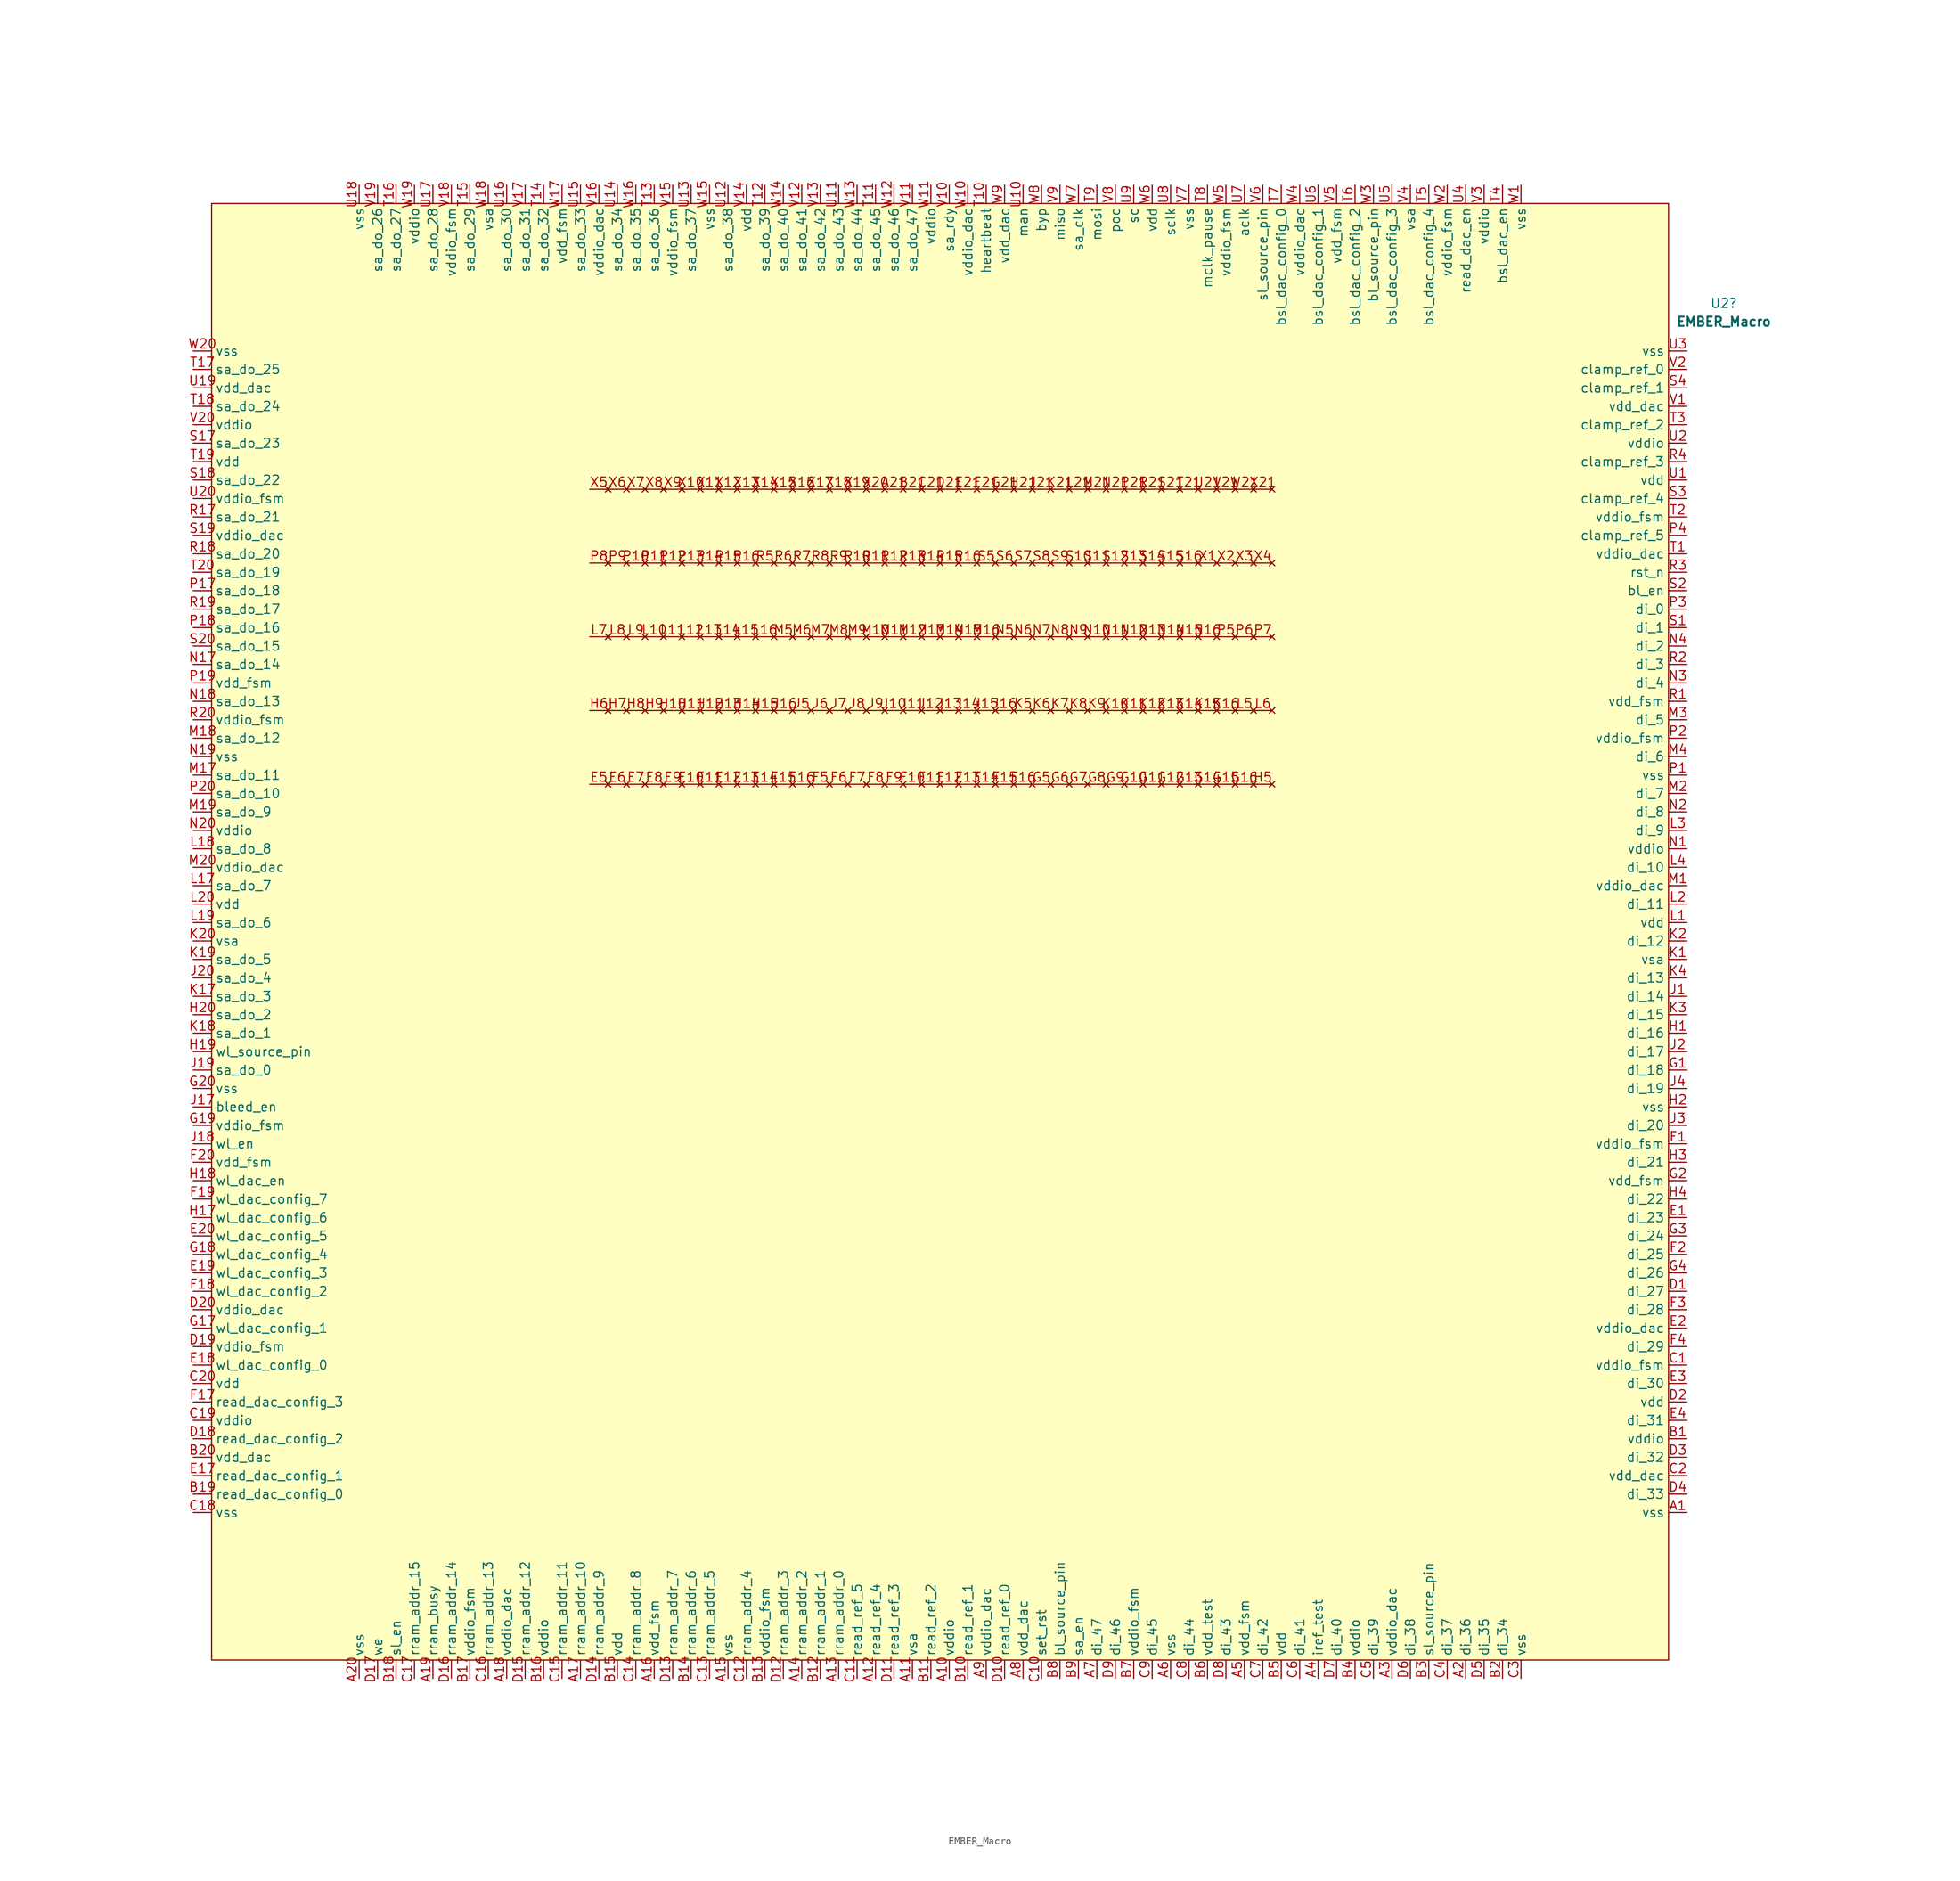
<source format=kicad_sym>
(kicad_symbol_lib
  (version 20211014)
  (generator kicad_symbol_editor)
  (symbol "EMBER_Macro"
    (property "Reference" "U2"
      (at 107.95 86.589 0)
      (effects (font (size 1.27 1.27))))
    (property "Value" "EMBER_Macro"
      (at 107.95 84.049 0)
      (effects (font (size 1.27 1.27) bold)))
    (symbol "EMBER_Macro_0_0"
      (pin power_in line (at 102.87 -80.01 180) (length 2.54) (name "vss" (effects (font (size 1.27 1.27)))) (number "A1" (effects (font (size 1.27 1.27)))))
      (pin power_in line (at -3.81 -102.87 90) (length 2.54) (name "vsa" (effects (font (size 1.27 1.27)))) (number "A11" (effects (font (size 1.27 1.27)))))
      (pin input line (at -8.89 -102.87 90) (length 2.54) (name "read_ref_4" (effects (font (size 1.27 1.27)))) (number "A12" (effects (font (size 1.27 1.27)))))
      (pin power_in line (at -39.37 -102.87 90) (length 2.54) (name "vdd_fsm" (effects (font (size 1.27 1.27)))) (number "A16" (effects (font (size 1.27 1.27)))))
      (pin input line (at -49.53 -102.87 90) (length 2.54) (name "rram_addr_10" (effects (font (size 1.27 1.27)))) (number "A17" (effects (font (size 1.27 1.27)))))
      (pin power_in line (at -59.69 -102.87 90) (length 2.54) (name "vddio_dac" (effects (font (size 1.27 1.27)))) (number "A18" (effects (font (size 1.27 1.27)))))
      (pin input line (at 72.39 -102.87 90) (length 2.54) (name "di_36" (effects (font (size 1.27 1.27)))) (number "A2" (effects (font (size 1.27 1.27)))))
      (pin power_in line (at -80.01 -102.87 90) (length 2.54) (name "vss" (effects (font (size 1.27 1.27)))) (number "A20" (effects (font (size 1.27 1.27)))))
      (pin power_in line (at 62.23 -102.87 90) (length 2.54) (name "vddio_dac" (effects (font (size 1.27 1.27)))) (number "A3" (effects (font (size 1.27 1.27)))))
      (pin power_in line (at 11.43 -102.87 90) (length 2.54) (name "vdd_dac" (effects (font (size 1.27 1.27)))) (number "A8" (effects (font (size 1.27 1.27)))))
      (pin power_in line (at 6.35 -102.87 90) (length 2.54) (name "vddio_dac" (effects (font (size 1.27 1.27)))) (number "A9" (effects (font (size 1.27 1.27)))))
      (pin power_in line (at 102.87 -69.85 180) (length 2.54) (name "vddio" (effects (font (size 1.27 1.27)))) (number "B1" (effects (font (size 1.27 1.27)))))
      (pin input line (at 3.81 -102.87 90) (length 2.54) (name "read_ref_1" (effects (font (size 1.27 1.27)))) (number "B10" (effects (font (size 1.27 1.27)))))
      (pin input line (at -1.27 -102.87 90) (length 2.54) (name "read_ref_2" (effects (font (size 1.27 1.27)))) (number "B11" (effects (font (size 1.27 1.27)))))
      (pin input line (at -16.51 -102.87 90) (length 2.54) (name "rram_addr_1" (effects (font (size 1.27 1.27)))) (number "B12" (effects (font (size 1.27 1.27)))))
      (pin input line (at -34.29 -102.87 90) (length 2.54) (name "rram_addr_6" (effects (font (size 1.27 1.27)))) (number "B14" (effects (font (size 1.27 1.27)))))
      (pin power_in line (at -44.45 -102.87 90) (length 2.54) (name "vdd" (effects (font (size 1.27 1.27)))) (number "B15" (effects (font (size 1.27 1.27)))))
      (pin power_in line (at -54.61 -102.87 90) (length 2.54) (name "vddio" (effects (font (size 1.27 1.27)))) (number "B16" (effects (font (size 1.27 1.27)))))
      (pin power_in line (at -64.77 -102.87 90) (length 2.54) (name "vddio_fsm" (effects (font (size 1.27 1.27)))) (number "B17" (effects (font (size 1.27 1.27)))))
      (pin input line (at -102.87 -77.47 0) (length 2.54) (name "read_dac_config_0" (effects (font (size 1.27 1.27)))) (number "B19" (effects (font (size 1.27 1.27)))))
      (pin input line (at 77.47 -102.87 90) (length 2.54) (name "di_34" (effects (font (size 1.27 1.27)))) (number "B2" (effects (font (size 1.27 1.27)))))
      (pin power_in line (at -102.87 -72.39 0) (length 2.54) (name "vdd_dac" (effects (font (size 1.27 1.27)))) (number "B20" (effects (font (size 1.27 1.27)))))
      (pin no_connect line (at -2.54 60.96 180) (length 2.54) (name "" (effects (font (size 1.27 1.27)))) (number "B21" (effects (font (size 1.27 1.27)))))
      (pin power_in line (at 67.31 -102.87 90) (length 2.54) (name "sl_source_pin" (effects (font (size 1.27 1.27)))) (number "B3" (effects (font (size 1.27 1.27)))))
      (pin power_in line (at 46.99 -102.87 90) (length 2.54) (name "vdd" (effects (font (size 1.27 1.27)))) (number "B5" (effects (font (size 1.27 1.27)))))
      (pin power_in line (at 36.83 -102.87 90) (length 2.54) (name "vdd_test" (effects (font (size 1.27 1.27)))) (number "B6" (effects (font (size 1.27 1.27)))))
      (pin power_in line (at 26.67 -102.87 90) (length 2.54) (name "vddio_fsm" (effects (font (size 1.27 1.27)))) (number "B7" (effects (font (size 1.27 1.27)))))
      (pin input line (at 19.05 -102.87 90) (length 2.54) (name "sa_en" (effects (font (size 1.27 1.27)))) (number "B9" (effects (font (size 1.27 1.27)))))
      (pin power_in line (at 102.87 -59.69 180) (length 2.54) (name "vddio_fsm" (effects (font (size 1.27 1.27)))) (number "C1" (effects (font (size 1.27 1.27)))))
      (pin input line (at 13.97 -102.87 90) (length 2.54) (name "set_rst" (effects (font (size 1.27 1.27)))) (number "C10" (effects (font (size 1.27 1.27)))))
      (pin input line (at -11.43 -102.87 90) (length 2.54) (name "read_ref_5" (effects (font (size 1.27 1.27)))) (number "C11" (effects (font (size 1.27 1.27)))))
      (pin input line (at -52.07 -102.87 90) (length 2.54) (name "rram_addr_11" (effects (font (size 1.27 1.27)))) (number "C15" (effects (font (size 1.27 1.27)))))
      (pin input line (at -62.23 -102.87 90) (length 2.54) (name "rram_addr_13" (effects (font (size 1.27 1.27)))) (number "C16" (effects (font (size 1.27 1.27)))))
      (pin power_in line (at -102.87 -80.01 0) (length 2.54) (name "vss" (effects (font (size 1.27 1.27)))) (number "C18" (effects (font (size 1.27 1.27)))))
      (pin power_in line (at 102.87 -74.93 180) (length 2.54) (name "vdd_dac" (effects (font (size 1.27 1.27)))) (number "C2" (effects (font (size 1.27 1.27)))))
      (pin power_in line (at -102.87 -62.23 0) (length 2.54) (name "vdd" (effects (font (size 1.27 1.27)))) (number "C20" (effects (font (size 1.27 1.27)))))
      (pin no_connect line (at 0 60.96 180) (length 2.54) (name "" (effects (font (size 1.27 1.27)))) (number "C21" (effects (font (size 1.27 1.27)))))
      (pin power_in line (at 80.01 -102.87 90) (length 2.54) (name "vss" (effects (font (size 1.27 1.27)))) (number "C3" (effects (font (size 1.27 1.27)))))
      (pin input line (at 49.53 -102.87 90) (length 2.54) (name "di_41" (effects (font (size 1.27 1.27)))) (number "C6" (effects (font (size 1.27 1.27)))))
      (pin input line (at 44.45 -102.87 90) (length 2.54) (name "di_42" (effects (font (size 1.27 1.27)))) (number "C7" (effects (font (size 1.27 1.27)))))
      (pin input line (at 34.29 -102.87 90) (length 2.54) (name "di_44" (effects (font (size 1.27 1.27)))) (number "C8" (effects (font (size 1.27 1.27)))))
      (pin input line (at 29.21 -102.87 90) (length 2.54) (name "di_45" (effects (font (size 1.27 1.27)))) (number "C9" (effects (font (size 1.27 1.27)))))
      (pin input line (at 102.87 -49.53 180) (length 2.54) (name "di_27" (effects (font (size 1.27 1.27)))) (number "D1" (effects (font (size 1.27 1.27)))))
      (pin input line (at 8.89 -102.87 90) (length 2.54) (name "read_ref_0" (effects (font (size 1.27 1.27)))) (number "D10" (effects (font (size 1.27 1.27)))))
      (pin input line (at -21.59 -102.87 90) (length 2.54) (name "rram_addr_3" (effects (font (size 1.27 1.27)))) (number "D12" (effects (font (size 1.27 1.27)))))
      (pin input line (at -57.15 -102.87 90) (length 2.54) (name "rram_addr_12" (effects (font (size 1.27 1.27)))) (number "D15" (effects (font (size 1.27 1.27)))))
      (pin input line (at -67.31 -102.87 90) (length 2.54) (name "rram_addr_14" (effects (font (size 1.27 1.27)))) (number "D16" (effects (font (size 1.27 1.27)))))
      (pin input line (at -77.47 -102.87 90) (length 2.54) (name "we" (effects (font (size 1.27 1.27)))) (number "D17" (effects (font (size 1.27 1.27)))))
      (pin power_in line (at -102.87 -57.15 0) (length 2.54) (name "vddio_fsm" (effects (font (size 1.27 1.27)))) (number "D19" (effects (font (size 1.27 1.27)))))
      (pin power_in line (at 102.87 -64.77 180) (length 2.54) (name "vdd" (effects (font (size 1.27 1.27)))) (number "D2" (effects (font (size 1.27 1.27)))))
      (pin no_connect line (at 2.54 60.96 180) (length 2.54) (name "" (effects (font (size 1.27 1.27)))) (number "D21" (effects (font (size 1.27 1.27)))))
      (pin input line (at 102.87 -72.39 180) (length 2.54) (name "di_32" (effects (font (size 1.27 1.27)))) (number "D3" (effects (font (size 1.27 1.27)))))
      (pin input line (at 102.87 -77.47 180) (length 2.54) (name "di_33" (effects (font (size 1.27 1.27)))) (number "D4" (effects (font (size 1.27 1.27)))))
      (pin input line (at 64.77 -102.87 90) (length 2.54) (name "di_38" (effects (font (size 1.27 1.27)))) (number "D6" (effects (font (size 1.27 1.27)))))
      (pin input line (at 54.61 -102.87 90) (length 2.54) (name "di_40" (effects (font (size 1.27 1.27)))) (number "D7" (effects (font (size 1.27 1.27)))))
      (pin input line (at 24.13 -102.87 90) (length 2.54) (name "di_46" (effects (font (size 1.27 1.27)))) (number "D9" (effects (font (size 1.27 1.27)))))
      (pin input line (at 102.87 -39.37 180) (length 2.54) (name "di_23" (effects (font (size 1.27 1.27)))) (number "E1" (effects (font (size 1.27 1.27)))))
      (pin no_connect line (at -33.02 20.32 180) (length 2.54) (name "" (effects (font (size 1.27 1.27)))) (number "E10" (effects (font (size 1.27 1.27)))))
      (pin no_connect line (at -30.48 20.32 180) (length 2.54) (name "" (effects (font (size 1.27 1.27)))) (number "E11" (effects (font (size 1.27 1.27)))))
      (pin no_connect line (at -27.94 20.32 180) (length 2.54) (name "" (effects (font (size 1.27 1.27)))) (number "E12" (effects (font (size 1.27 1.27)))))
      (pin no_connect line (at -25.4 20.32 180) (length 2.54) (name "" (effects (font (size 1.27 1.27)))) (number "E13" (effects (font (size 1.27 1.27)))))
      (pin no_connect line (at -22.86 20.32 180) (length 2.54) (name "" (effects (font (size 1.27 1.27)))) (number "E14" (effects (font (size 1.27 1.27)))))
      (pin no_connect line (at -20.32 20.32 180) (length 2.54) (name "" (effects (font (size 1.27 1.27)))) (number "E15" (effects (font (size 1.27 1.27)))))
      (pin input line (at -102.87 -59.69 0) (length 2.54) (name "wl_dac_config_0" (effects (font (size 1.27 1.27)))) (number "E18" (effects (font (size 1.27 1.27)))))
      (pin input line (at -102.87 -41.91 0) (length 2.54) (name "wl_dac_config_5" (effects (font (size 1.27 1.27)))) (number "E20" (effects (font (size 1.27 1.27)))))
      (pin no_connect line (at 5.08 60.96 180) (length 2.54) (name "" (effects (font (size 1.27 1.27)))) (number "E21" (effects (font (size 1.27 1.27)))))
      (pin input line (at 102.87 -62.23 180) (length 2.54) (name "di_30" (effects (font (size 1.27 1.27)))) (number "E3" (effects (font (size 1.27 1.27)))))
      (pin no_connect line (at -45.72 20.32 180) (length 2.54) (name "" (effects (font (size 1.27 1.27)))) (number "E5" (effects (font (size 1.27 1.27)))))
      (pin no_connect line (at -43.18 20.32 180) (length 2.54) (name "" (effects (font (size 1.27 1.27)))) (number "E6" (effects (font (size 1.27 1.27)))))
      (pin no_connect line (at -35.56 20.32 180) (length 2.54) (name "" (effects (font (size 1.27 1.27)))) (number "E9" (effects (font (size 1.27 1.27)))))
      (pin power_in line (at 102.87 -29.21 180) (length 2.54) (name "vddio_fsm" (effects (font (size 1.27 1.27)))) (number "F1" (effects (font (size 1.27 1.27)))))
      (pin no_connect line (at 0 20.32 180) (length 2.54) (name "" (effects (font (size 1.27 1.27)))) (number "F11" (effects (font (size 1.27 1.27)))))
      (pin no_connect line (at 5.08 20.32 180) (length 2.54) (name "" (effects (font (size 1.27 1.27)))) (number "F13" (effects (font (size 1.27 1.27)))))
      (pin no_connect line (at 7.62 20.32 180) (length 2.54) (name "" (effects (font (size 1.27 1.27)))) (number "F14" (effects (font (size 1.27 1.27)))))
      (pin no_connect line (at 10.16 20.32 180) (length 2.54) (name "" (effects (font (size 1.27 1.27)))) (number "F15" (effects (font (size 1.27 1.27)))))
      (pin input line (at -102.87 -64.77 0) (length 2.54) (name "read_dac_config_3" (effects (font (size 1.27 1.27)))) (number "F17" (effects (font (size 1.27 1.27)))))
      (pin input line (at -102.87 -49.53 0) (length 2.54) (name "wl_dac_config_2" (effects (font (size 1.27 1.27)))) (number "F18" (effects (font (size 1.27 1.27)))))
      (pin input line (at -102.87 -36.83 0) (length 2.54) (name "wl_dac_config_7" (effects (font (size 1.27 1.27)))) (number "F19" (effects (font (size 1.27 1.27)))))
      (pin input line (at 102.87 -44.45 180) (length 2.54) (name "di_25" (effects (font (size 1.27 1.27)))) (number "F2" (effects (font (size 1.27 1.27)))))
      (pin power_in line (at -102.87 -31.75 0) (length 2.54) (name "vdd_fsm" (effects (font (size 1.27 1.27)))) (number "F20" (effects (font (size 1.27 1.27)))))
      (pin no_connect line (at 7.62 60.96 180) (length 2.54) (name "" (effects (font (size 1.27 1.27)))) (number "F21" (effects (font (size 1.27 1.27)))))
      (pin input line (at 102.87 -52.07 180) (length 2.54) (name "di_28" (effects (font (size 1.27 1.27)))) (number "F3" (effects (font (size 1.27 1.27)))))
      (pin no_connect line (at -12.7 20.32 180) (length 2.54) (name "" (effects (font (size 1.27 1.27)))) (number "F6" (effects (font (size 1.27 1.27)))))
      (pin no_connect line (at -7.62 20.32 180) (length 2.54) (name "" (effects (font (size 1.27 1.27)))) (number "F8" (effects (font (size 1.27 1.27)))))
      (pin no_connect line (at 33.02 20.32 180) (length 2.54) (name "" (effects (font (size 1.27 1.27)))) (number "G12" (effects (font (size 1.27 1.27)))))
      (pin no_connect line (at 40.64 20.32 180) (length 2.54) (name "" (effects (font (size 1.27 1.27)))) (number "G15" (effects (font (size 1.27 1.27)))))
      (pin input line (at -102.87 -54.61 0) (length 2.54) (name "wl_dac_config_1" (effects (font (size 1.27 1.27)))) (number "G17" (effects (font (size 1.27 1.27)))))
      (pin power_in line (at -102.87 -26.67 0) (length 2.54) (name "vddio_fsm" (effects (font (size 1.27 1.27)))) (number "G19" (effects (font (size 1.27 1.27)))))
      (pin power_in line (at 102.87 -34.29 180) (length 2.54) (name "vdd_fsm" (effects (font (size 1.27 1.27)))) (number "G2" (effects (font (size 1.27 1.27)))))
      (pin no_connect line (at 10.16 60.96 180) (length 2.54) (name "" (effects (font (size 1.27 1.27)))) (number "G21" (effects (font (size 1.27 1.27)))))
      (pin input line (at 102.87 -41.91 180) (length 2.54) (name "di_24" (effects (font (size 1.27 1.27)))) (number "G3" (effects (font (size 1.27 1.27)))))
      (pin no_connect line (at 20.32 20.32 180) (length 2.54) (name "" (effects (font (size 1.27 1.27)))) (number "G7" (effects (font (size 1.27 1.27)))))
      (pin no_connect line (at 22.86 20.32 180) (length 2.54) (name "" (effects (font (size 1.27 1.27)))) (number "G8" (effects (font (size 1.27 1.27)))))
      (pin no_connect line (at 25.4 20.32 180) (length 2.54) (name "" (effects (font (size 1.27 1.27)))) (number "G9" (effects (font (size 1.27 1.27)))))
      (pin input line (at 102.87 -13.97 180) (length 2.54) (name "di_16" (effects (font (size 1.27 1.27)))) (number "H1" (effects (font (size 1.27 1.27)))))
      (pin no_connect line (at -30.48 30.48 180) (length 2.54) (name "" (effects (font (size 1.27 1.27)))) (number "H12" (effects (font (size 1.27 1.27)))))
      (pin no_connect line (at -27.94 30.48 180) (length 2.54) (name "" (effects (font (size 1.27 1.27)))) (number "H13" (effects (font (size 1.27 1.27)))))
      (pin no_connect line (at -25.4 30.48 180) (length 2.54) (name "" (effects (font (size 1.27 1.27)))) (number "H14" (effects (font (size 1.27 1.27)))))
      (pin no_connect line (at -22.86 30.48 180) (length 2.54) (name "" (effects (font (size 1.27 1.27)))) (number "H15" (effects (font (size 1.27 1.27)))))
      (pin power_in line (at -102.87 -16.51 0) (length 2.54) (name "wl_source_pin" (effects (font (size 1.27 1.27)))) (number "H19" (effects (font (size 1.27 1.27)))))
      (pin power_in line (at 102.87 -24.13 180) (length 2.54) (name "vss" (effects (font (size 1.27 1.27)))) (number "H2" (effects (font (size 1.27 1.27)))))
      (pin output line (at -102.87 -11.43 0) (length 2.54) (name "sa_do_2" (effects (font (size 1.27 1.27)))) (number "H20" (effects (font (size 1.27 1.27)))))
      (pin no_connect line (at 12.7 60.96 180) (length 2.54) (name "" (effects (font (size 1.27 1.27)))) (number "H21" (effects (font (size 1.27 1.27)))))
      (pin input line (at 102.87 -31.75 180) (length 2.54) (name "di_21" (effects (font (size 1.27 1.27)))) (number "H3" (effects (font (size 1.27 1.27)))))
      (pin input line (at 102.87 -36.83 180) (length 2.54) (name "di_22" (effects (font (size 1.27 1.27)))) (number "H4" (effects (font (size 1.27 1.27)))))
      (pin no_connect line (at 45.72 20.32 180) (length 2.54) (name "" (effects (font (size 1.27 1.27)))) (number "H5" (effects (font (size 1.27 1.27)))))
      (pin no_connect line (at -45.72 30.48 180) (length 2.54) (name "" (effects (font (size 1.27 1.27)))) (number "H6" (effects (font (size 1.27 1.27)))))
      (pin no_connect line (at -43.18 30.48 180) (length 2.54) (name "" (effects (font (size 1.27 1.27)))) (number "H7" (effects (font (size 1.27 1.27)))))
      (pin no_connect line (at -38.1 30.48 180) (length 2.54) (name "" (effects (font (size 1.27 1.27)))) (number "H9" (effects (font (size 1.27 1.27)))))
      (pin input line (at 102.87 -8.89 180) (length 2.54) (name "di_14" (effects (font (size 1.27 1.27)))) (number "J1" (effects (font (size 1.27 1.27)))))
      (pin no_connect line (at -5.08 30.48 180) (length 2.54) (name "" (effects (font (size 1.27 1.27)))) (number "J10" (effects (font (size 1.27 1.27)))))
      (pin no_connect line (at -2.54 30.48 180) (length 2.54) (name "" (effects (font (size 1.27 1.27)))) (number "J11" (effects (font (size 1.27 1.27)))))
      (pin no_connect line (at 0 30.48 180) (length 2.54) (name "" (effects (font (size 1.27 1.27)))) (number "J12" (effects (font (size 1.27 1.27)))))
      (pin no_connect line (at 5.08 30.48 180) (length 2.54) (name "" (effects (font (size 1.27 1.27)))) (number "J14" (effects (font (size 1.27 1.27)))))
      (pin no_connect line (at 7.62 30.48 180) (length 2.54) (name "" (effects (font (size 1.27 1.27)))) (number "J15" (effects (font (size 1.27 1.27)))))
      (pin no_connect line (at 10.16 30.48 180) (length 2.54) (name "" (effects (font (size 1.27 1.27)))) (number "J16" (effects (font (size 1.27 1.27)))))
      (pin output line (at -102.87 -19.05 0) (length 2.54) (name "sa_do_0" (effects (font (size 1.27 1.27)))) (number "J19" (effects (font (size 1.27 1.27)))))
      (pin input line (at 102.87 -16.51 180) (length 2.54) (name "di_17" (effects (font (size 1.27 1.27)))) (number "J2" (effects (font (size 1.27 1.27)))))
      (pin output line (at -102.87 -6.35 0) (length 2.54) (name "sa_do_4" (effects (font (size 1.27 1.27)))) (number "J20" (effects (font (size 1.27 1.27)))))
      (pin no_connect line (at 15.24 60.96 180) (length 2.54) (name "" (effects (font (size 1.27 1.27)))) (number "J21" (effects (font (size 1.27 1.27)))))
      (pin input line (at 102.87 -26.67 180) (length 2.54) (name "di_20" (effects (font (size 1.27 1.27)))) (number "J3" (effects (font (size 1.27 1.27)))))
      (pin no_connect line (at -10.16 30.48 180) (length 2.54) (name "" (effects (font (size 1.27 1.27)))) (number "J8" (effects (font (size 1.27 1.27)))))
      (pin no_connect line (at -7.62 30.48 180) (length 2.54) (name "" (effects (font (size 1.27 1.27)))) (number "J9" (effects (font (size 1.27 1.27)))))
      (pin power_in line (at 102.87 -3.81 180) (length 2.54) (name "vsa" (effects (font (size 1.27 1.27)))) (number "K1" (effects (font (size 1.27 1.27)))))
      (pin no_connect line (at 27.94 30.48 180) (length 2.54) (name "" (effects (font (size 1.27 1.27)))) (number "K11" (effects (font (size 1.27 1.27)))))
      (pin no_connect line (at 33.02 30.48 180) (length 2.54) (name "" (effects (font (size 1.27 1.27)))) (number "K13" (effects (font (size 1.27 1.27)))))
      (pin no_connect line (at 35.56 30.48 180) (length 2.54) (name "" (effects (font (size 1.27 1.27)))) (number "K14" (effects (font (size 1.27 1.27)))))
      (pin no_connect line (at 38.1 30.48 180) (length 2.54) (name "" (effects (font (size 1.27 1.27)))) (number "K15" (effects (font (size 1.27 1.27)))))
      (pin no_connect line (at 40.64 30.48 180) (length 2.54) (name "" (effects (font (size 1.27 1.27)))) (number "K16" (effects (font (size 1.27 1.27)))))
      (pin output line (at -102.87 -8.89 0) (length 2.54) (name "sa_do_3" (effects (font (size 1.27 1.27)))) (number "K17" (effects (font (size 1.27 1.27)))))
      (pin output line (at -102.87 -13.97 0) (length 2.54) (name "sa_do_1" (effects (font (size 1.27 1.27)))) (number "K18" (effects (font (size 1.27 1.27)))))
      (pin output line (at -102.87 -3.81 0) (length 2.54) (name "sa_do_5" (effects (font (size 1.27 1.27)))) (number "K19" (effects (font (size 1.27 1.27)))))
      (pin input line (at 102.87 -1.27 180) (length 2.54) (name "di_12" (effects (font (size 1.27 1.27)))) (number "K2" (effects (font (size 1.27 1.27)))))
      (pin input line (at 102.87 -11.43 180) (length 2.54) (name "di_15" (effects (font (size 1.27 1.27)))) (number "K3" (effects (font (size 1.27 1.27)))))
      (pin input line (at 102.87 -6.35 180) (length 2.54) (name "di_13" (effects (font (size 1.27 1.27)))) (number "K4" (effects (font (size 1.27 1.27)))))
      (pin no_connect line (at 17.78 30.48 180) (length 2.54) (name "" (effects (font (size 1.27 1.27)))) (number "K7" (effects (font (size 1.27 1.27)))))
      (pin power_in line (at 102.87 1.27 180) (length 2.54) (name "vdd" (effects (font (size 1.27 1.27)))) (number "L1" (effects (font (size 1.27 1.27)))))
      (pin no_connect line (at -35.56 40.64 180) (length 2.54) (name "" (effects (font (size 1.27 1.27)))) (number "L11" (effects (font (size 1.27 1.27)))))
      (pin no_connect line (at -30.48 40.64 180) (length 2.54) (name "" (effects (font (size 1.27 1.27)))) (number "L13" (effects (font (size 1.27 1.27)))))
      (pin no_connect line (at -27.94 40.64 180) (length 2.54) (name "" (effects (font (size 1.27 1.27)))) (number "L14" (effects (font (size 1.27 1.27)))))
      (pin no_connect line (at -22.86 40.64 180) (length 2.54) (name "" (effects (font (size 1.27 1.27)))) (number "L16" (effects (font (size 1.27 1.27)))))
      (pin output line (at -102.87 6.35 0) (length 2.54) (name "sa_do_7" (effects (font (size 1.27 1.27)))) (number "L17" (effects (font (size 1.27 1.27)))))
      (pin output line (at -102.87 1.27 0) (length 2.54) (name "sa_do_6" (effects (font (size 1.27 1.27)))) (number "L19" (effects (font (size 1.27 1.27)))))
      (pin input line (at 102.87 3.81 180) (length 2.54) (name "di_11" (effects (font (size 1.27 1.27)))) (number "L2" (effects (font (size 1.27 1.27)))))
      (pin power_in line (at -102.87 3.81 0) (length 2.54) (name "vdd" (effects (font (size 1.27 1.27)))) (number "L20" (effects (font (size 1.27 1.27)))))
      (pin no_connect line (at 20.32 60.96 180) (length 2.54) (name "" (effects (font (size 1.27 1.27)))) (number "L21" (effects (font (size 1.27 1.27)))))
      (pin no_connect line (at 45.72 30.48 180) (length 2.54) (name "" (effects (font (size 1.27 1.27)))) (number "L6" (effects (font (size 1.27 1.27)))))
      (pin no_connect line (at -45.72 40.64 180) (length 2.54) (name "" (effects (font (size 1.27 1.27)))) (number "L7" (effects (font (size 1.27 1.27)))))
      (pin no_connect line (at -43.18 40.64 180) (length 2.54) (name "" (effects (font (size 1.27 1.27)))) (number "L8" (effects (font (size 1.27 1.27)))))
      (pin power_in line (at 102.87 6.35 180) (length 2.54) (name "vddio_dac" (effects (font (size 1.27 1.27)))) (number "M1" (effects (font (size 1.27 1.27)))))
      (pin no_connect line (at -5.08 40.64 180) (length 2.54) (name "" (effects (font (size 1.27 1.27)))) (number "M11" (effects (font (size 1.27 1.27)))))
      (pin no_connect line (at -2.54 40.64 180) (length 2.54) (name "" (effects (font (size 1.27 1.27)))) (number "M12" (effects (font (size 1.27 1.27)))))
      (pin no_connect line (at 0 40.64 180) (length 2.54) (name "" (effects (font (size 1.27 1.27)))) (number "M13" (effects (font (size 1.27 1.27)))))
      (pin no_connect line (at 5.08 40.64 180) (length 2.54) (name "" (effects (font (size 1.27 1.27)))) (number "M15" (effects (font (size 1.27 1.27)))))
      (pin no_connect line (at 7.62 40.64 180) (length 2.54) (name "" (effects (font (size 1.27 1.27)))) (number "M16" (effects (font (size 1.27 1.27)))))
      (pin output line (at -102.87 21.59 0) (length 2.54) (name "sa_do_11" (effects (font (size 1.27 1.27)))) (number "M17" (effects (font (size 1.27 1.27)))))
      (pin output line (at -102.87 16.51 0) (length 2.54) (name "sa_do_9" (effects (font (size 1.27 1.27)))) (number "M19" (effects (font (size 1.27 1.27)))))
      (pin power_in line (at -102.87 8.89 0) (length 2.54) (name "vddio_dac" (effects (font (size 1.27 1.27)))) (number "M20" (effects (font (size 1.27 1.27)))))
      (pin no_connect line (at 22.86 60.96 180) (length 2.54) (name "" (effects (font (size 1.27 1.27)))) (number "M21" (effects (font (size 1.27 1.27)))))
      (pin no_connect line (at -20.32 40.64 180) (length 2.54) (name "" (effects (font (size 1.27 1.27)))) (number "M5" (effects (font (size 1.27 1.27)))))
      (pin no_connect line (at -17.78 40.64 180) (length 2.54) (name "" (effects (font (size 1.27 1.27)))) (number "M6" (effects (font (size 1.27 1.27)))))
      (pin no_connect line (at -15.24 40.64 180) (length 2.54) (name "" (effects (font (size 1.27 1.27)))) (number "M7" (effects (font (size 1.27 1.27)))))
      (pin no_connect line (at -12.7 40.64 180) (length 2.54) (name "" (effects (font (size 1.27 1.27)))) (number "M8" (effects (font (size 1.27 1.27)))))
      (pin no_connect line (at -10.16 40.64 180) (length 2.54) (name "" (effects (font (size 1.27 1.27)))) (number "M9" (effects (font (size 1.27 1.27)))))
      (pin power_in line (at 102.87 11.43 180) (length 2.54) (name "vddio" (effects (font (size 1.27 1.27)))) (number "N1" (effects (font (size 1.27 1.27)))))
      (pin no_connect line (at 25.4 40.64 180) (length 2.54) (name "" (effects (font (size 1.27 1.27)))) (number "N11" (effects (font (size 1.27 1.27)))))
      (pin no_connect line (at 30.48 40.64 180) (length 2.54) (name "" (effects (font (size 1.27 1.27)))) (number "N13" (effects (font (size 1.27 1.27)))))
      (pin no_connect line (at 33.02 40.64 180) (length 2.54) (name "" (effects (font (size 1.27 1.27)))) (number "N14" (effects (font (size 1.27 1.27)))))
      (pin no_connect line (at 35.56 40.64 180) (length 2.54) (name "" (effects (font (size 1.27 1.27)))) (number "N15" (effects (font (size 1.27 1.27)))))
      (pin no_connect line (at 38.1 40.64 180) (length 2.54) (name "" (effects (font (size 1.27 1.27)))) (number "N16" (effects (font (size 1.27 1.27)))))
      (pin output line (at -102.87 31.75 0) (length 2.54) (name "sa_do_13" (effects (font (size 1.27 1.27)))) (number "N18" (effects (font (size 1.27 1.27)))))
      (pin input line (at 102.87 16.51 180) (length 2.54) (name "di_8" (effects (font (size 1.27 1.27)))) (number "N2" (effects (font (size 1.27 1.27)))))
      (pin power_in line (at -102.87 13.97 0) (length 2.54) (name "vddio" (effects (font (size 1.27 1.27)))) (number "N20" (effects (font (size 1.27 1.27)))))
      (pin no_connect line (at 25.4 60.96 180) (length 2.54) (name "" (effects (font (size 1.27 1.27)))) (number "N21" (effects (font (size 1.27 1.27)))))
      (pin input line (at 102.87 34.29 180) (length 2.54) (name "di_4" (effects (font (size 1.27 1.27)))) (number "N3" (effects (font (size 1.27 1.27)))))
      (pin no_connect line (at 12.7 40.64 180) (length 2.54) (name "" (effects (font (size 1.27 1.27)))) (number "N6" (effects (font (size 1.27 1.27)))))
      (pin no_connect line (at 15.24 40.64 180) (length 2.54) (name "" (effects (font (size 1.27 1.27)))) (number "N7" (effects (font (size 1.27 1.27)))))
      (pin no_connect line (at 17.78 40.64 180) (length 2.54) (name "" (effects (font (size 1.27 1.27)))) (number "N8" (effects (font (size 1.27 1.27)))))
      (pin no_connect line (at 20.32 40.64 180) (length 2.54) (name "" (effects (font (size 1.27 1.27)))) (number "N9" (effects (font (size 1.27 1.27)))))
      (pin power_in line (at 102.87 21.59 180) (length 2.54) (name "vss" (effects (font (size 1.27 1.27)))) (number "P1" (effects (font (size 1.27 1.27)))))
      (pin no_connect line (at -40.64 50.8 180) (length 2.54) (name "" (effects (font (size 1.27 1.27)))) (number "P10" (effects (font (size 1.27 1.27)))))
      (pin no_connect line (at -35.56 50.8 180) (length 2.54) (name "" (effects (font (size 1.27 1.27)))) (number "P12" (effects (font (size 1.27 1.27)))))
      (pin no_connect line (at -33.02 50.8 180) (length 2.54) (name "" (effects (font (size 1.27 1.27)))) (number "P13" (effects (font (size 1.27 1.27)))))
      (pin no_connect line (at -30.48 50.8 180) (length 2.54) (name "" (effects (font (size 1.27 1.27)))) (number "P14" (effects (font (size 1.27 1.27)))))
      (pin output line (at -102.87 46.99 0) (length 2.54) (name "sa_do_18" (effects (font (size 1.27 1.27)))) (number "P17" (effects (font (size 1.27 1.27)))))
      (pin output line (at -102.87 41.91 0) (length 2.54) (name "sa_do_16" (effects (font (size 1.27 1.27)))) (number "P18" (effects (font (size 1.27 1.27)))))
      (pin power_in line (at -102.87 34.29 0) (length 2.54) (name "vdd_fsm" (effects (font (size 1.27 1.27)))) (number "P19" (effects (font (size 1.27 1.27)))))
      (pin power_in line (at 102.87 26.67 180) (length 2.54) (name "vddio_fsm" (effects (font (size 1.27 1.27)))) (number "P2" (effects (font (size 1.27 1.27)))))
      (pin output line (at -102.87 19.05 0) (length 2.54) (name "sa_do_10" (effects (font (size 1.27 1.27)))) (number "P20" (effects (font (size 1.27 1.27)))))
      (pin no_connect line (at 27.94 60.96 180) (length 2.54) (name "" (effects (font (size 1.27 1.27)))) (number "P21" (effects (font (size 1.27 1.27)))))
      (pin input line (at 102.87 44.45 180) (length 2.54) (name "di_0" (effects (font (size 1.27 1.27)))) (number "P3" (effects (font (size 1.27 1.27)))))
      (pin no_connect line (at 40.64 40.64 180) (length 2.54) (name "" (effects (font (size 1.27 1.27)))) (number "P5" (effects (font (size 1.27 1.27)))))
      (pin no_connect line (at 43.18 40.64 180) (length 2.54) (name "" (effects (font (size 1.27 1.27)))) (number "P6" (effects (font (size 1.27 1.27)))))
      (pin no_connect line (at 45.72 40.64 180) (length 2.54) (name "" (effects (font (size 1.27 1.27)))) (number "P7" (effects (font (size 1.27 1.27)))))
      (pin no_connect line (at -45.72 50.8 180) (length 2.54) (name "" (effects (font (size 1.27 1.27)))) (number "P8" (effects (font (size 1.27 1.27)))))
      (pin no_connect line (at -43.18 50.8 180) (length 2.54) (name "" (effects (font (size 1.27 1.27)))) (number "P9" (effects (font (size 1.27 1.27)))))
      (pin power_in line (at 102.87 31.75 180) (length 2.54) (name "vdd_fsm" (effects (font (size 1.27 1.27)))) (number "R1" (effects (font (size 1.27 1.27)))))
      (pin no_connect line (at -10.16 50.8 180) (length 2.54) (name "" (effects (font (size 1.27 1.27)))) (number "R10" (effects (font (size 1.27 1.27)))))
      (pin no_connect line (at -7.62 50.8 180) (length 2.54) (name "" (effects (font (size 1.27 1.27)))) (number "R11" (effects (font (size 1.27 1.27)))))
      (pin no_connect line (at -2.54 50.8 180) (length 2.54) (name "" (effects (font (size 1.27 1.27)))) (number "R13" (effects (font (size 1.27 1.27)))))
      (pin no_connect line (at 0 50.8 180) (length 2.54) (name "" (effects (font (size 1.27 1.27)))) (number "R14" (effects (font (size 1.27 1.27)))))
      (pin no_connect line (at 2.54 50.8 180) (length 2.54) (name "" (effects (font (size 1.27 1.27)))) (number "R15" (effects (font (size 1.27 1.27)))))
      (pin no_connect line (at 5.08 50.8 180) (length 2.54) (name "" (effects (font (size 1.27 1.27)))) (number "R16" (effects (font (size 1.27 1.27)))))
      (pin output line (at -102.87 57.15 0) (length 2.54) (name "sa_do_21" (effects (font (size 1.27 1.27)))) (number "R17" (effects (font (size 1.27 1.27)))))
      (pin output line (at -102.87 52.07 0) (length 2.54) (name "sa_do_20" (effects (font (size 1.27 1.27)))) (number "R18" (effects (font (size 1.27 1.27)))))
      (pin output line (at -102.87 44.45 0) (length 2.54) (name "sa_do_17" (effects (font (size 1.27 1.27)))) (number "R19" (effects (font (size 1.27 1.27)))))
      (pin input line (at 102.87 36.83 180) (length 2.54) (name "di_3" (effects (font (size 1.27 1.27)))) (number "R2" (effects (font (size 1.27 1.27)))))
      (pin power_in line (at -102.87 29.21 0) (length 2.54) (name "vddio_fsm" (effects (font (size 1.27 1.27)))) (number "R20" (effects (font (size 1.27 1.27)))))
      (pin input line (at 102.87 49.53 180) (length 2.54) (name "rst_n" (effects (font (size 1.27 1.27)))) (number "R3" (effects (font (size 1.27 1.27)))))
      (pin input line (at 102.87 64.77 180) (length 2.54) (name "clamp_ref_3" (effects (font (size 1.27 1.27)))) (number "R4" (effects (font (size 1.27 1.27)))))
      (pin no_connect line (at -20.32 50.8 180) (length 2.54) (name "" (effects (font (size 1.27 1.27)))) (number "R6" (effects (font (size 1.27 1.27)))))
      (pin no_connect line (at -17.78 50.8 180) (length 2.54) (name "" (effects (font (size 1.27 1.27)))) (number "R7" (effects (font (size 1.27 1.27)))))
      (pin no_connect line (at -15.24 50.8 180) (length 2.54) (name "" (effects (font (size 1.27 1.27)))) (number "R8" (effects (font (size 1.27 1.27)))))
      (pin no_connect line (at 20.32 50.8 180) (length 2.54) (name "" (effects (font (size 1.27 1.27)))) (number "S10" (effects (font (size 1.27 1.27)))))
      (pin no_connect line (at 35.56 50.8 180) (length 2.54) (name "" (effects (font (size 1.27 1.27)))) (number "S16" (effects (font (size 1.27 1.27)))))
      (pin output line (at -102.87 67.31 0) (length 2.54) (name "sa_do_23" (effects (font (size 1.27 1.27)))) (number "S17" (effects (font (size 1.27 1.27)))))
      (pin output line (at -102.87 62.23 0) (length 2.54) (name "sa_do_22" (effects (font (size 1.27 1.27)))) (number "S18" (effects (font (size 1.27 1.27)))))
      (pin input line (at 102.87 46.99 180) (length 2.54) (name "bl_en" (effects (font (size 1.27 1.27)))) (number "S2" (effects (font (size 1.27 1.27)))))
      (pin output line (at -102.87 39.37 0) (length 2.54) (name "sa_do_15" (effects (font (size 1.27 1.27)))) (number "S20" (effects (font (size 1.27 1.27)))))
      (pin no_connect line (at 33.02 60.96 180) (length 2.54) (name "" (effects (font (size 1.27 1.27)))) (number "S21" (effects (font (size 1.27 1.27)))))
      (pin input line (at 102.87 74.93 180) (length 2.54) (name "clamp_ref_1" (effects (font (size 1.27 1.27)))) (number "S4" (effects (font (size 1.27 1.27)))))
      (pin no_connect line (at 7.62 50.8 180) (length 2.54) (name "" (effects (font (size 1.27 1.27)))) (number "S5" (effects (font (size 1.27 1.27)))))
      (pin no_connect line (at 12.7 50.8 180) (length 2.54) (name "" (effects (font (size 1.27 1.27)))) (number "S7" (effects (font (size 1.27 1.27)))))
      (pin no_connect line (at 15.24 50.8 180) (length 2.54) (name "" (effects (font (size 1.27 1.27)))) (number "S8" (effects (font (size 1.27 1.27)))))
      (pin power_in line (at 102.87 52.07 180) (length 2.54) (name "vddio_dac" (effects (font (size 1.27 1.27)))) (number "T1" (effects (font (size 1.27 1.27)))))
      (pin output line (at 6.35 102.87 270) (length 2.54) (name "heartbeat" (effects (font (size 1.27 1.27)))) (number "T10" (effects (font (size 1.27 1.27)))))
      (pin output line (at -8.89 102.87 270) (length 2.54) (name "sa_do_45" (effects (font (size 1.27 1.27)))) (number "T11" (effects (font (size 1.27 1.27)))))
      (pin output line (at -39.37 102.87 270) (length 2.54) (name "sa_do_36" (effects (font (size 1.27 1.27)))) (number "T13" (effects (font (size 1.27 1.27)))))
      (pin output line (at -74.93 102.87 270) (length 2.54) (name "sa_do_27" (effects (font (size 1.27 1.27)))) (number "T16" (effects (font (size 1.27 1.27)))))
      (pin output line (at -102.87 77.47 0) (length 2.54) (name "sa_do_25" (effects (font (size 1.27 1.27)))) (number "T17" (effects (font (size 1.27 1.27)))))
      (pin output line (at -102.87 72.39 0) (length 2.54) (name "sa_do_24" (effects (font (size 1.27 1.27)))) (number "T18" (effects (font (size 1.27 1.27)))))
      (pin power_in line (at -102.87 64.77 0) (length 2.54) (name "vdd" (effects (font (size 1.27 1.27)))) (number "T19" (effects (font (size 1.27 1.27)))))
      (pin output line (at -102.87 49.53 0) (length 2.54) (name "sa_do_19" (effects (font (size 1.27 1.27)))) (number "T20" (effects (font (size 1.27 1.27)))))
      (pin no_connect line (at 35.56 60.96 180) (length 2.54) (name "" (effects (font (size 1.27 1.27)))) (number "T21" (effects (font (size 1.27 1.27)))))
      (pin input line (at 102.87 69.85 180) (length 2.54) (name "clamp_ref_2" (effects (font (size 1.27 1.27)))) (number "T3" (effects (font (size 1.27 1.27)))))
      (pin input line (at 67.31 102.87 270) (length 2.54) (name "bsl_dac_config_4" (effects (font (size 1.27 1.27)))) (number "T5" (effects (font (size 1.27 1.27)))))
      (pin input line (at 46.99 102.87 270) (length 2.54) (name "bsl_dac_config_0" (effects (font (size 1.27 1.27)))) (number "T7" (effects (font (size 1.27 1.27)))))
      (pin input line (at 21.59 102.87 270) (length 2.54) (name "mosi" (effects (font (size 1.27 1.27)))) (number "T9" (effects (font (size 1.27 1.27)))))
      (pin power_in line (at 102.87 62.23 180) (length 2.54) (name "vdd" (effects (font (size 1.27 1.27)))) (number "U1" (effects (font (size 1.27 1.27)))))
      (pin input line (at 11.43 102.87 270) (length 2.54) (name "man" (effects (font (size 1.27 1.27)))) (number "U10" (effects (font (size 1.27 1.27)))))
      (pin output line (at -13.97 102.87 270) (length 2.54) (name "sa_do_43" (effects (font (size 1.27 1.27)))) (number "U11" (effects (font (size 1.27 1.27)))))
      (pin output line (at -29.21 102.87 270) (length 2.54) (name "sa_do_38" (effects (font (size 1.27 1.27)))) (number "U12" (effects (font (size 1.27 1.27)))))
      (pin output line (at -34.29 102.87 270) (length 2.54) (name "sa_do_37" (effects (font (size 1.27 1.27)))) (number "U13" (effects (font (size 1.27 1.27)))))
      (pin output line (at -49.53 102.87 270) (length 2.54) (name "sa_do_33" (effects (font (size 1.27 1.27)))) (number "U15" (effects (font (size 1.27 1.27)))))
      (pin output line (at -69.85 102.87 270) (length 2.54) (name "sa_do_28" (effects (font (size 1.27 1.27)))) (number "U17" (effects (font (size 1.27 1.27)))))
      (pin power_in line (at -80.01 102.87 270) (length 2.54) (name "vss" (effects (font (size 1.27 1.27)))) (number "U18" (effects (font (size 1.27 1.27)))))
      (pin power_in line (at -102.87 74.93 0) (length 2.54) (name "vdd_dac" (effects (font (size 1.27 1.27)))) (number "U19" (effects (font (size 1.27 1.27)))))
      (pin power_in line (at 102.87 67.31 180) (length 2.54) (name "vddio" (effects (font (size 1.27 1.27)))) (number "U2" (effects (font (size 1.27 1.27)))))
      (pin power_in line (at -102.87 59.69 0) (length 2.54) (name "vddio_fsm" (effects (font (size 1.27 1.27)))) (number "U20" (effects (font (size 1.27 1.27)))))
      (pin input line (at 72.39 102.87 270) (length 2.54) (name "read_dac_en" (effects (font (size 1.27 1.27)))) (number "U4" (effects (font (size 1.27 1.27)))))
      (pin input line (at 62.23 102.87 270) (length 2.54) (name "bsl_dac_config_3" (effects (font (size 1.27 1.27)))) (number "U5" (effects (font (size 1.27 1.27)))))
      (pin input line (at 52.07 102.87 270) (length 2.54) (name "bsl_dac_config_1" (effects (font (size 1.27 1.27)))) (number "U6" (effects (font (size 1.27 1.27)))))
      (pin input line (at 41.91 102.87 270) (length 2.54) (name "aclk" (effects (font (size 1.27 1.27)))) (number "U7" (effects (font (size 1.27 1.27)))))
      (pin input line (at 31.75 102.87 270) (length 2.54) (name "sclk" (effects (font (size 1.27 1.27)))) (number "U8" (effects (font (size 1.27 1.27)))))
      (pin power_in line (at 102.87 72.39 180) (length 2.54) (name "vdd_dac" (effects (font (size 1.27 1.27)))) (number "V1" (effects (font (size 1.27 1.27)))))
      (pin output line (at 1.27 102.87 270) (length 2.54) (name "sa_rdy" (effects (font (size 1.27 1.27)))) (number "V10" (effects (font (size 1.27 1.27)))))
      (pin output line (at -19.05 102.87 270) (length 2.54) (name "sa_do_41" (effects (font (size 1.27 1.27)))) (number "V12" (effects (font (size 1.27 1.27)))))
      (pin output line (at -16.51 102.87 270) (length 2.54) (name "sa_do_42" (effects (font (size 1.27 1.27)))) (number "V13" (effects (font (size 1.27 1.27)))))
      (pin power_in line (at -46.99 102.87 270) (length 2.54) (name "vddio_dac" (effects (font (size 1.27 1.27)))) (number "V16" (effects (font (size 1.27 1.27)))))
      (pin output line (at -57.15 102.87 270) (length 2.54) (name "sa_do_31" (effects (font (size 1.27 1.27)))) (number "V17" (effects (font (size 1.27 1.27)))))
      (pin power_in line (at -67.31 102.87 270) (length 2.54) (name "vddio_fsm" (effects (font (size 1.27 1.27)))) (number "V18" (effects (font (size 1.27 1.27)))))
      (pin power_in line (at -102.87 69.85 0) (length 2.54) (name "vddio" (effects (font (size 1.27 1.27)))) (number "V20" (effects (font (size 1.27 1.27)))))
      (pin power_in line (at 54.61 102.87 270) (length 2.54) (name "vdd_fsm" (effects (font (size 1.27 1.27)))) (number "V5" (effects (font (size 1.27 1.27)))))
      (pin power_in line (at 34.29 102.87 270) (length 2.54) (name "vss" (effects (font (size 1.27 1.27)))) (number "V7" (effects (font (size 1.27 1.27)))))
      (pin power_in line (at 24.13 102.87 270) (length 2.54) (name "poc" (effects (font (size 1.27 1.27)))) (number "V8" (effects (font (size 1.27 1.27)))))
      (pin output line (at 16.51 102.87 270) (length 2.54) (name "miso" (effects (font (size 1.27 1.27)))) (number "V9" (effects (font (size 1.27 1.27)))))
      (pin power_in line (at 80.01 102.87 270) (length 2.54) (name "vss" (effects (font (size 1.27 1.27)))) (number "W1" (effects (font (size 1.27 1.27)))))
      (pin power_in line (at -1.27 102.87 270) (length 2.54) (name "vddio" (effects (font (size 1.27 1.27)))) (number "W11" (effects (font (size 1.27 1.27)))))
      (pin output line (at -11.43 102.87 270) (length 2.54) (name "sa_do_44" (effects (font (size 1.27 1.27)))) (number "W13" (effects (font (size 1.27 1.27)))))
      (pin power_in line (at -31.75 102.87 270) (length 2.54) (name "vss" (effects (font (size 1.27 1.27)))) (number "W15" (effects (font (size 1.27 1.27)))))
      (pin output line (at -41.91 102.87 270) (length 2.54) (name "sa_do_35" (effects (font (size 1.27 1.27)))) (number "W16" (effects (font (size 1.27 1.27)))))
      (pin power_in line (at -72.39 102.87 270) (length 2.54) (name "vddio" (effects (font (size 1.27 1.27)))) (number "W19" (effects (font (size 1.27 1.27)))))
      (pin power_in line (at -102.87 80.01 0) (length 2.54) (name "vss" (effects (font (size 1.27 1.27)))) (number "W20" (effects (font (size 1.27 1.27)))))
      (pin no_connect line (at 43.18 60.96 180) (length 2.54) (name "" (effects (font (size 1.27 1.27)))) (number "W21" (effects (font (size 1.27 1.27)))))
      (pin power_in line (at 59.69 102.87 270) (length 2.54) (name "bl_source_pin" (effects (font (size 1.27 1.27)))) (number "W3" (effects (font (size 1.27 1.27)))))
      (pin power_in line (at 39.37 102.87 270) (length 2.54) (name "vddio_fsm" (effects (font (size 1.27 1.27)))) (number "W5" (effects (font (size 1.27 1.27)))))
      (pin power_in line (at 29.21 102.87 270) (length 2.54) (name "vdd" (effects (font (size 1.27 1.27)))) (number "W6" (effects (font (size 1.27 1.27)))))
      (pin input line (at 19.05 102.87 270) (length 2.54) (name "sa_clk" (effects (font (size 1.27 1.27)))) (number "W7" (effects (font (size 1.27 1.27)))))
      (pin input line (at 13.97 102.87 270) (length 2.54) (name "byp" (effects (font (size 1.27 1.27)))) (number "W8" (effects (font (size 1.27 1.27)))))
      (pin power_in line (at 8.89 102.87 270) (length 2.54) (name "vdd_dac" (effects (font (size 1.27 1.27)))) (number "W9" (effects (font (size 1.27 1.27)))))
      (pin no_connect line (at 38.1 50.8 180) (length 2.54) (name "" (effects (font (size 1.27 1.27)))) (number "X1" (effects (font (size 1.27 1.27)))))
      (pin no_connect line (at -33.02 60.96 180) (length 2.54) (name "" (effects (font (size 1.27 1.27)))) (number "X10" (effects (font (size 1.27 1.27)))))
      (pin no_connect line (at -25.4 60.96 180) (length 2.54) (name "" (effects (font (size 1.27 1.27)))) (number "X13" (effects (font (size 1.27 1.27)))))
      (pin no_connect line (at -22.86 60.96 180) (length 2.54) (name "" (effects (font (size 1.27 1.27)))) (number "X14" (effects (font (size 1.27 1.27)))))
      (pin no_connect line (at -20.32 60.96 180) (length 2.54) (name "" (effects (font (size 1.27 1.27)))) (number "X15" (effects (font (size 1.27 1.27)))))
      (pin no_connect line (at -17.78 60.96 180) (length 2.54) (name "" (effects (font (size 1.27 1.27)))) (number "X16" (effects (font (size 1.27 1.27)))))
      (pin no_connect line (at -15.24 60.96 180) (length 2.54) (name "" (effects (font (size 1.27 1.27)))) (number "X17" (effects (font (size 1.27 1.27)))))
      (pin no_connect line (at -12.7 60.96 180) (length 2.54) (name "" (effects (font (size 1.27 1.27)))) (number "X18" (effects (font (size 1.27 1.27)))))
      (pin no_connect line (at -7.62 60.96 180) (length 2.54) (name "" (effects (font (size 1.27 1.27)))) (number "X20" (effects (font (size 1.27 1.27)))))
      (pin no_connect line (at 45.72 60.96 180) (length 2.54) (name "" (effects (font (size 1.27 1.27)))) (number "X21" (effects (font (size 1.27 1.27)))))
      (pin no_connect line (at -43.18 60.96 180) (length 2.54) (name "" (effects (font (size 1.27 1.27)))) (number "X6" (effects (font (size 1.27 1.27)))))
      (pin no_connect line (at -40.64 60.96 180) (length 2.54) (name "" (effects (font (size 1.27 1.27)))) (number "X7" (effects (font (size 1.27 1.27)))))
      (pin no_connect line (at -38.1 60.96 180) (length 2.54) (name "" (effects (font (size 1.27 1.27)))) (number "X8" (effects (font (size 1.27 1.27)))))
      (pin no_connect line (at -35.56 60.96 180) (length 2.54) (name "" (effects (font (size 1.27 1.27)))) (number "X9" (effects (font (size 1.27 1.27))))))
    (symbol "EMBER_Macro_0_1"
      (rectangle (start -100.33 100.33) (end 100.33 -100.33) (stroke (width 0) (type default) (color 0 0 0 0)) (fill (type background))))
    (symbol "EMBER_Macro_1_1"
      (pin power_in line (at 1.27 -102.87 90) (length 2.54) (name "vddio" (effects (font (size 1.27 1.27)))) (number "A10" (effects (font (size 1.27 1.27)))))
      (pin input line (at -13.97 -102.87 90) (length 2.54) (name "rram_addr_0" (effects (font (size 1.27 1.27)))) (number "A13" (effects (font (size 1.27 1.27)))))
      (pin input line (at -19.05 -102.87 90) (length 2.54) (name "rram_addr_2" (effects (font (size 1.27 1.27)))) (number "A14" (effects (font (size 1.27 1.27)))))
      (pin power_in line (at -29.21 -102.87 90) (length 2.54) (name "vss" (effects (font (size 1.27 1.27)))) (number "A15" (effects (font (size 1.27 1.27)))))
      (pin output line (at -69.85 -102.87 90) (length 2.54) (name "rram_busy" (effects (font (size 1.27 1.27)))) (number "A19" (effects (font (size 1.27 1.27)))))
      (pin no_connect line (at -5.08 60.96 180) (length 2.54) (name "" (effects (font (size 1.27 1.27)))) (number "A21" (effects (font (size 1.27 1.27)))))
      (pin input line (at 52.07 -102.87 90) (length 2.54) (name "iref_test" (effects (font (size 1.27 1.27)))) (number "A4" (effects (font (size 1.27 1.27)))))
      (pin power_in line (at 41.91 -102.87 90) (length 2.54) (name "vdd_fsm" (effects (font (size 1.27 1.27)))) (number "A5" (effects (font (size 1.27 1.27)))))
      (pin power_in line (at 31.75 -102.87 90) (length 2.54) (name "vss" (effects (font (size 1.27 1.27)))) (number "A6" (effects (font (size 1.27 1.27)))))
      (pin input line (at 21.59 -102.87 90) (length 2.54) (name "di_47" (effects (font (size 1.27 1.27)))) (number "A7" (effects (font (size 1.27 1.27)))))
      (pin power_in line (at -24.13 -102.87 90) (length 2.54) (name "vddio_fsm" (effects (font (size 1.27 1.27)))) (number "B13" (effects (font (size 1.27 1.27)))))
      (pin input line (at -74.93 -102.87 90) (length 2.54) (name "sl_en" (effects (font (size 1.27 1.27)))) (number "B18" (effects (font (size 1.27 1.27)))))
      (pin power_in line (at 57.15 -102.87 90) (length 2.54) (name "vddio" (effects (font (size 1.27 1.27)))) (number "B4" (effects (font (size 1.27 1.27)))))
      (pin power_in line (at 16.51 -102.87 90) (length 2.54) (name "bl_source_pin" (effects (font (size 1.27 1.27)))) (number "B8" (effects (font (size 1.27 1.27)))))
      (pin input line (at -26.67 -102.87 90) (length 2.54) (name "rram_addr_4" (effects (font (size 1.27 1.27)))) (number "C12" (effects (font (size 1.27 1.27)))))
      (pin input line (at -31.75 -102.87 90) (length 2.54) (name "rram_addr_5" (effects (font (size 1.27 1.27)))) (number "C13" (effects (font (size 1.27 1.27)))))
      (pin input line (at -41.91 -102.87 90) (length 2.54) (name "rram_addr_8" (effects (font (size 1.27 1.27)))) (number "C14" (effects (font (size 1.27 1.27)))))
      (pin input line (at -72.39 -102.87 90) (length 2.54) (name "rram_addr_15" (effects (font (size 1.27 1.27)))) (number "C17" (effects (font (size 1.27 1.27)))))
      (pin power_in line (at -102.87 -67.31 0) (length 2.54) (name "vddio" (effects (font (size 1.27 1.27)))) (number "C19" (effects (font (size 1.27 1.27)))))
      (pin input line (at 69.85 -102.87 90) (length 2.54) (name "di_37" (effects (font (size 1.27 1.27)))) (number "C4" (effects (font (size 1.27 1.27)))))
      (pin input line (at 59.69 -102.87 90) (length 2.54) (name "di_39" (effects (font (size 1.27 1.27)))) (number "C5" (effects (font (size 1.27 1.27)))))
      (pin input line (at -6.35 -102.87 90) (length 2.54) (name "read_ref_3" (effects (font (size 1.27 1.27)))) (number "D11" (effects (font (size 1.27 1.27)))))
      (pin input line (at -36.83 -102.87 90) (length 2.54) (name "rram_addr_7" (effects (font (size 1.27 1.27)))) (number "D13" (effects (font (size 1.27 1.27)))))
      (pin input line (at -46.99 -102.87 90) (length 2.54) (name "rram_addr_9" (effects (font (size 1.27 1.27)))) (number "D14" (effects (font (size 1.27 1.27)))))
      (pin input line (at -102.87 -69.85 0) (length 2.54) (name "read_dac_config_2" (effects (font (size 1.27 1.27)))) (number "D18" (effects (font (size 1.27 1.27)))))
      (pin power_in line (at -102.87 -52.07 0) (length 2.54) (name "vddio_dac" (effects (font (size 1.27 1.27)))) (number "D20" (effects (font (size 1.27 1.27)))))
      (pin input line (at 74.93 -102.87 90) (length 2.54) (name "di_35" (effects (font (size 1.27 1.27)))) (number "D5" (effects (font (size 1.27 1.27)))))
      (pin input line (at 39.37 -102.87 90) (length 2.54) (name "di_43" (effects (font (size 1.27 1.27)))) (number "D8" (effects (font (size 1.27 1.27)))))
      (pin no_connect line (at -17.78 20.32 180) (length 2.54) (name "" (effects (font (size 1.27 1.27)))) (number "E16" (effects (font (size 1.27 1.27)))))
      (pin input line (at -102.87 -74.93 0) (length 2.54) (name "read_dac_config_1" (effects (font (size 1.27 1.27)))) (number "E17" (effects (font (size 1.27 1.27)))))
      (pin input line (at -102.87 -46.99 0) (length 2.54) (name "wl_dac_config_3" (effects (font (size 1.27 1.27)))) (number "E19" (effects (font (size 1.27 1.27)))))
      (pin power_in line (at 102.87 -54.61 180) (length 2.54) (name "vddio_dac" (effects (font (size 1.27 1.27)))) (number "E2" (effects (font (size 1.27 1.27)))))
      (pin input line (at 102.87 -67.31 180) (length 2.54) (name "di_31" (effects (font (size 1.27 1.27)))) (number "E4" (effects (font (size 1.27 1.27)))))
      (pin no_connect line (at -40.64 20.32 180) (length 2.54) (name "" (effects (font (size 1.27 1.27)))) (number "E7" (effects (font (size 1.27 1.27)))))
      (pin no_connect line (at -38.1 20.32 180) (length 2.54) (name "" (effects (font (size 1.27 1.27)))) (number "E8" (effects (font (size 1.27 1.27)))))
      (pin no_connect line (at -2.54 20.32 180) (length 2.54) (name "" (effects (font (size 1.27 1.27)))) (number "F10" (effects (font (size 1.27 1.27)))))
      (pin no_connect line (at 2.54 20.32 180) (length 2.54) (name "" (effects (font (size 1.27 1.27)))) (number "F12" (effects (font (size 1.27 1.27)))))
      (pin no_connect line (at 12.7 20.32 180) (length 2.54) (name "" (effects (font (size 1.27 1.27)))) (number "F16" (effects (font (size 1.27 1.27)))))
      (pin input line (at 102.87 -57.15 180) (length 2.54) (name "di_29" (effects (font (size 1.27 1.27)))) (number "F4" (effects (font (size 1.27 1.27)))))
      (pin no_connect line (at -15.24 20.32 180) (length 2.54) (name "" (effects (font (size 1.27 1.27)))) (number "F5" (effects (font (size 1.27 1.27)))))
      (pin no_connect line (at -10.16 20.32 180) (length 2.54) (name "" (effects (font (size 1.27 1.27)))) (number "F7" (effects (font (size 1.27 1.27)))))
      (pin no_connect line (at -5.08 20.32 180) (length 2.54) (name "" (effects (font (size 1.27 1.27)))) (number "F9" (effects (font (size 1.27 1.27)))))
      (pin input line (at 102.87 -19.05 180) (length 2.54) (name "di_18" (effects (font (size 1.27 1.27)))) (number "G1" (effects (font (size 1.27 1.27)))))
      (pin no_connect line (at 27.94 20.32 180) (length 2.54) (name "" (effects (font (size 1.27 1.27)))) (number "G10" (effects (font (size 1.27 1.27)))))
      (pin no_connect line (at 30.48 20.32 180) (length 2.54) (name "" (effects (font (size 1.27 1.27)))) (number "G11" (effects (font (size 1.27 1.27)))))
      (pin no_connect line (at 35.56 20.32 180) (length 2.54) (name "" (effects (font (size 1.27 1.27)))) (number "G13" (effects (font (size 1.27 1.27)))))
      (pin no_connect line (at 38.1 20.32 180) (length 2.54) (name "" (effects (font (size 1.27 1.27)))) (number "G14" (effects (font (size 1.27 1.27)))))
      (pin no_connect line (at 43.18 20.32 180) (length 2.54) (name "" (effects (font (size 1.27 1.27)))) (number "G16" (effects (font (size 1.27 1.27)))))
      (pin input line (at -102.87 -44.45 0) (length 2.54) (name "wl_dac_config_4" (effects (font (size 1.27 1.27)))) (number "G18" (effects (font (size 1.27 1.27)))))
      (pin power_in line (at -102.87 -21.59 0) (length 2.54) (name "vss" (effects (font (size 1.27 1.27)))) (number "G20" (effects (font (size 1.27 1.27)))))
      (pin input line (at 102.87 -46.99 180) (length 2.54) (name "di_26" (effects (font (size 1.27 1.27)))) (number "G4" (effects (font (size 1.27 1.27)))))
      (pin no_connect line (at 15.24 20.32 180) (length 2.54) (name "" (effects (font (size 1.27 1.27)))) (number "G5" (effects (font (size 1.27 1.27)))))
      (pin no_connect line (at 17.78 20.32 180) (length 2.54) (name "" (effects (font (size 1.27 1.27)))) (number "G6" (effects (font (size 1.27 1.27)))))
      (pin no_connect line (at -35.56 30.48 180) (length 2.54) (name "" (effects (font (size 1.27 1.27)))) (number "H10" (effects (font (size 1.27 1.27)))))
      (pin no_connect line (at -33.02 30.48 180) (length 2.54) (name "" (effects (font (size 1.27 1.27)))) (number "H11" (effects (font (size 1.27 1.27)))))
      (pin no_connect line (at -20.32 30.48 180) (length 2.54) (name "" (effects (font (size 1.27 1.27)))) (number "H16" (effects (font (size 1.27 1.27)))))
      (pin input line (at -102.87 -39.37 0) (length 2.54) (name "wl_dac_config_6" (effects (font (size 1.27 1.27)))) (number "H17" (effects (font (size 1.27 1.27)))))
      (pin input line (at -102.87 -34.29 0) (length 2.54) (name "wl_dac_en" (effects (font (size 1.27 1.27)))) (number "H18" (effects (font (size 1.27 1.27)))))
      (pin no_connect line (at -40.64 30.48 180) (length 2.54) (name "" (effects (font (size 1.27 1.27)))) (number "H8" (effects (font (size 1.27 1.27)))))
      (pin no_connect line (at 2.54 30.48 180) (length 2.54) (name "" (effects (font (size 1.27 1.27)))) (number "J13" (effects (font (size 1.27 1.27)))))
      (pin input line (at -102.87 -24.13 0) (length 2.54) (name "bleed_en" (effects (font (size 1.27 1.27)))) (number "J17" (effects (font (size 1.27 1.27)))))
      (pin input line (at -102.87 -29.21 0) (length 2.54) (name "wl_en" (effects (font (size 1.27 1.27)))) (number "J18" (effects (font (size 1.27 1.27)))))
      (pin input line (at 102.87 -21.59 180) (length 2.54) (name "di_19" (effects (font (size 1.27 1.27)))) (number "J4" (effects (font (size 1.27 1.27)))))
      (pin no_connect line (at -17.78 30.48 180) (length 2.54) (name "" (effects (font (size 1.27 1.27)))) (number "J5" (effects (font (size 1.27 1.27)))))
      (pin no_connect line (at -15.24 30.48 180) (length 2.54) (name "" (effects (font (size 1.27 1.27)))) (number "J6" (effects (font (size 1.27 1.27)))))
      (pin no_connect line (at -12.7 30.48 180) (length 2.54) (name "" (effects (font (size 1.27 1.27)))) (number "J7" (effects (font (size 1.27 1.27)))))
      (pin no_connect line (at 25.4 30.48 180) (length 2.54) (name "" (effects (font (size 1.27 1.27)))) (number "K10" (effects (font (size 1.27 1.27)))))
      (pin no_connect line (at 30.48 30.48 180) (length 2.54) (name "" (effects (font (size 1.27 1.27)))) (number "K12" (effects (font (size 1.27 1.27)))))
      (pin power_in line (at -102.87 -1.27 0) (length 2.54) (name "vsa" (effects (font (size 1.27 1.27)))) (number "K20" (effects (font (size 1.27 1.27)))))
      (pin no_connect line (at 17.78 60.96 180) (length 2.54) (name "" (effects (font (size 1.27 1.27)))) (number "K21" (effects (font (size 1.27 1.27)))))
      (pin no_connect line (at 12.7 30.48 180) (length 2.54) (name "" (effects (font (size 1.27 1.27)))) (number "K5" (effects (font (size 1.27 1.27)))))
      (pin no_connect line (at 15.24 30.48 180) (length 2.54) (name "" (effects (font (size 1.27 1.27)))) (number "K6" (effects (font (size 1.27 1.27)))))
      (pin no_connect line (at 20.32 30.48 180) (length 2.54) (name "" (effects (font (size 1.27 1.27)))) (number "K8" (effects (font (size 1.27 1.27)))))
      (pin no_connect line (at 22.86 30.48 180) (length 2.54) (name "" (effects (font (size 1.27 1.27)))) (number "K9" (effects (font (size 1.27 1.27)))))
      (pin no_connect line (at -38.1 40.64 180) (length 2.54) (name "" (effects (font (size 1.27 1.27)))) (number "L10" (effects (font (size 1.27 1.27)))))
      (pin no_connect line (at -33.02 40.64 180) (length 2.54) (name "" (effects (font (size 1.27 1.27)))) (number "L12" (effects (font (size 1.27 1.27)))))
      (pin no_connect line (at -25.4 40.64 180) (length 2.54) (name "" (effects (font (size 1.27 1.27)))) (number "L15" (effects (font (size 1.27 1.27)))))
      (pin output line (at -102.87 11.43 0) (length 2.54) (name "sa_do_8" (effects (font (size 1.27 1.27)))) (number "L18" (effects (font (size 1.27 1.27)))))
      (pin input line (at 102.87 13.97 180) (length 2.54) (name "di_9" (effects (font (size 1.27 1.27)))) (number "L3" (effects (font (size 1.27 1.27)))))
      (pin input line (at 102.87 8.89 180) (length 2.54) (name "di_10" (effects (font (size 1.27 1.27)))) (number "L4" (effects (font (size 1.27 1.27)))))
      (pin no_connect line (at 43.18 30.48 180) (length 2.54) (name "" (effects (font (size 1.27 1.27)))) (number "L5" (effects (font (size 1.27 1.27)))))
      (pin no_connect line (at -40.64 40.64 180) (length 2.54) (name "" (effects (font (size 1.27 1.27)))) (number "L9" (effects (font (size 1.27 1.27)))))
      (pin no_connect line (at -7.62 40.64 180) (length 2.54) (name "" (effects (font (size 1.27 1.27)))) (number "M10" (effects (font (size 1.27 1.27)))))
      (pin no_connect line (at 2.54 40.64 180) (length 2.54) (name "" (effects (font (size 1.27 1.27)))) (number "M14" (effects (font (size 1.27 1.27)))))
      (pin output line (at -102.87 26.67 0) (length 2.54) (name "sa_do_12" (effects (font (size 1.27 1.27)))) (number "M18" (effects (font (size 1.27 1.27)))))
      (pin input line (at 102.87 19.05 180) (length 2.54) (name "di_7" (effects (font (size 1.27 1.27)))) (number "M2" (effects (font (size 1.27 1.27)))))
      (pin input line (at 102.87 29.21 180) (length 2.54) (name "di_5" (effects (font (size 1.27 1.27)))) (number "M3" (effects (font (size 1.27 1.27)))))
      (pin input line (at 102.87 24.13 180) (length 2.54) (name "di_6" (effects (font (size 1.27 1.27)))) (number "M4" (effects (font (size 1.27 1.27)))))
      (pin no_connect line (at 22.86 40.64 180) (length 2.54) (name "" (effects (font (size 1.27 1.27)))) (number "N10" (effects (font (size 1.27 1.27)))))
      (pin no_connect line (at 27.94 40.64 180) (length 2.54) (name "" (effects (font (size 1.27 1.27)))) (number "N12" (effects (font (size 1.27 1.27)))))
      (pin output line (at -102.87 36.83 0) (length 2.54) (name "sa_do_14" (effects (font (size 1.27 1.27)))) (number "N17" (effects (font (size 1.27 1.27)))))
      (pin power_in line (at -102.87 24.13 0) (length 2.54) (name "vss" (effects (font (size 1.27 1.27)))) (number "N19" (effects (font (size 1.27 1.27)))))
      (pin input line (at 102.87 39.37 180) (length 2.54) (name "di_2" (effects (font (size 1.27 1.27)))) (number "N4" (effects (font (size 1.27 1.27)))))
      (pin no_connect line (at 10.16 40.64 180) (length 2.54) (name "" (effects (font (size 1.27 1.27)))) (number "N5" (effects (font (size 1.27 1.27)))))
      (pin no_connect line (at -38.1 50.8 180) (length 2.54) (name "" (effects (font (size 1.27 1.27)))) (number "P11" (effects (font (size 1.27 1.27)))))
      (pin no_connect line (at -27.94 50.8 180) (length 2.54) (name "" (effects (font (size 1.27 1.27)))) (number "P15" (effects (font (size 1.27 1.27)))))
      (pin no_connect line (at -25.4 50.8 180) (length 2.54) (name "" (effects (font (size 1.27 1.27)))) (number "P16" (effects (font (size 1.27 1.27)))))
      (pin input line (at 102.87 54.61 180) (length 2.54) (name "clamp_ref_5" (effects (font (size 1.27 1.27)))) (number "P4" (effects (font (size 1.27 1.27)))))
      (pin no_connect line (at -5.08 50.8 180) (length 2.54) (name "" (effects (font (size 1.27 1.27)))) (number "R12" (effects (font (size 1.27 1.27)))))
      (pin no_connect line (at 30.48 60.96 180) (length 2.54) (name "" (effects (font (size 1.27 1.27)))) (number "R21" (effects (font (size 1.27 1.27)))))
      (pin no_connect line (at -22.86 50.8 180) (length 2.54) (name "" (effects (font (size 1.27 1.27)))) (number "R5" (effects (font (size 1.27 1.27)))))
      (pin no_connect line (at -12.7 50.8 180) (length 2.54) (name "" (effects (font (size 1.27 1.27)))) (number "R9" (effects (font (size 1.27 1.27)))))
      (pin input line (at 102.87 41.91 180) (length 2.54) (name "di_1" (effects (font (size 1.27 1.27)))) (number "S1" (effects (font (size 1.27 1.27)))))
      (pin no_connect line (at 22.86 50.8 180) (length 2.54) (name "" (effects (font (size 1.27 1.27)))) (number "S11" (effects (font (size 1.27 1.27)))))
      (pin no_connect line (at 25.4 50.8 180) (length 2.54) (name "" (effects (font (size 1.27 1.27)))) (number "S12" (effects (font (size 1.27 1.27)))))
      (pin no_connect line (at 27.94 50.8 180) (length 2.54) (name "" (effects (font (size 1.27 1.27)))) (number "S13" (effects (font (size 1.27 1.27)))))
      (pin no_connect line (at 30.48 50.8 180) (length 2.54) (name "" (effects (font (size 1.27 1.27)))) (number "S14" (effects (font (size 1.27 1.27)))))
      (pin no_connect line (at 33.02 50.8 180) (length 2.54) (name "" (effects (font (size 1.27 1.27)))) (number "S15" (effects (font (size 1.27 1.27)))))
      (pin power_in line (at -102.87 54.61 0) (length 2.54) (name "vddio_dac" (effects (font (size 1.27 1.27)))) (number "S19" (effects (font (size 1.27 1.27)))))
      (pin input line (at 102.87 59.69 180) (length 2.54) (name "clamp_ref_4" (effects (font (size 1.27 1.27)))) (number "S3" (effects (font (size 1.27 1.27)))))
      (pin no_connect line (at 10.16 50.8 180) (length 2.54) (name "" (effects (font (size 1.27 1.27)))) (number "S6" (effects (font (size 1.27 1.27)))))
      (pin no_connect line (at 17.78 50.8 180) (length 2.54) (name "" (effects (font (size 1.27 1.27)))) (number "S9" (effects (font (size 1.27 1.27)))))
      (pin output line (at -24.13 102.87 270) (length 2.54) (name "sa_do_39" (effects (font (size 1.27 1.27)))) (number "T12" (effects (font (size 1.27 1.27)))))
      (pin output line (at -54.61 102.87 270) (length 2.54) (name "sa_do_32" (effects (font (size 1.27 1.27)))) (number "T14" (effects (font (size 1.27 1.27)))))
      (pin output line (at -64.77 102.87 270) (length 2.54) (name "sa_do_29" (effects (font (size 1.27 1.27)))) (number "T15" (effects (font (size 1.27 1.27)))))
      (pin power_in line (at 102.87 57.15 180) (length 2.54) (name "vddio_fsm" (effects (font (size 1.27 1.27)))) (number "T2" (effects (font (size 1.27 1.27)))))
      (pin input line (at 77.47 102.87 270) (length 2.54) (name "bsl_dac_en" (effects (font (size 1.27 1.27)))) (number "T4" (effects (font (size 1.27 1.27)))))
      (pin input line (at 57.15 102.87 270) (length 2.54) (name "bsl_dac_config_2" (effects (font (size 1.27 1.27)))) (number "T6" (effects (font (size 1.27 1.27)))))
      (pin input line (at 36.83 102.87 270) (length 2.54) (name "mclk_pause" (effects (font (size 1.27 1.27)))) (number "T8" (effects (font (size 1.27 1.27)))))
      (pin output line (at -44.45 102.87 270) (length 2.54) (name "sa_do_34" (effects (font (size 1.27 1.27)))) (number "U14" (effects (font (size 1.27 1.27)))))
      (pin output line (at -59.69 102.87 270) (length 2.54) (name "sa_do_30" (effects (font (size 1.27 1.27)))) (number "U16" (effects (font (size 1.27 1.27)))))
      (pin no_connect line (at 38.1 60.96 180) (length 2.54) (name "" (effects (font (size 1.27 1.27)))) (number "U21" (effects (font (size 1.27 1.27)))))
      (pin power_in line (at 102.87 80.01 180) (length 2.54) (name "vss" (effects (font (size 1.27 1.27)))) (number "U3" (effects (font (size 1.27 1.27)))))
      (pin input line (at 26.67 102.87 270) (length 2.54) (name "sc" (effects (font (size 1.27 1.27)))) (number "U9" (effects (font (size 1.27 1.27)))))
      (pin output line (at -3.81 102.87 270) (length 2.54) (name "sa_do_47" (effects (font (size 1.27 1.27)))) (number "V11" (effects (font (size 1.27 1.27)))))
      (pin power_in line (at -26.67 102.87 270) (length 2.54) (name "vdd" (effects (font (size 1.27 1.27)))) (number "V14" (effects (font (size 1.27 1.27)))))
      (pin power_in line (at -36.83 102.87 270) (length 2.54) (name "vddio_fsm" (effects (font (size 1.27 1.27)))) (number "V15" (effects (font (size 1.27 1.27)))))
      (pin output line (at -77.47 102.87 270) (length 2.54) (name "sa_do_26" (effects (font (size 1.27 1.27)))) (number "V19" (effects (font (size 1.27 1.27)))))
      (pin input line (at 102.87 77.47 180) (length 2.54) (name "clamp_ref_0" (effects (font (size 1.27 1.27)))) (number "V2" (effects (font (size 1.27 1.27)))))
      (pin no_connect line (at 40.64 60.96 180) (length 2.54) (name "" (effects (font (size 1.27 1.27)))) (number "V21" (effects (font (size 1.27 1.27)))))
      (pin power_in line (at 74.93 102.87 270) (length 2.54) (name "vddio" (effects (font (size 1.27 1.27)))) (number "V3" (effects (font (size 1.27 1.27)))))
      (pin power_in line (at 64.77 102.87 270) (length 2.54) (name "vsa" (effects (font (size 1.27 1.27)))) (number "V4" (effects (font (size 1.27 1.27)))))
      (pin power_in line (at 44.45 102.87 270) (length 2.54) (name "sl_source_pin" (effects (font (size 1.27 1.27)))) (number "V6" (effects (font (size 1.27 1.27)))))
      (pin power_in line (at 3.81 102.87 270) (length 2.54) (name "vddio_dac" (effects (font (size 1.27 1.27)))) (number "W10" (effects (font (size 1.27 1.27)))))
      (pin output line (at -6.35 102.87 270) (length 2.54) (name "sa_do_46" (effects (font (size 1.27 1.27)))) (number "W12" (effects (font (size 1.27 1.27)))))
      (pin output line (at -21.59 102.87 270) (length 2.54) (name "sa_do_40" (effects (font (size 1.27 1.27)))) (number "W14" (effects (font (size 1.27 1.27)))))
      (pin power_in line (at -52.07 102.87 270) (length 2.54) (name "vdd_fsm" (effects (font (size 1.27 1.27)))) (number "W17" (effects (font (size 1.27 1.27)))))
      (pin power_in line (at -62.23 102.87 270) (length 2.54) (name "vsa" (effects (font (size 1.27 1.27)))) (number "W18" (effects (font (size 1.27 1.27)))))
      (pin power_in line (at 69.85 102.87 270) (length 2.54) (name "vddio_fsm" (effects (font (size 1.27 1.27)))) (number "W2" (effects (font (size 1.27 1.27)))))
      (pin power_in line (at 49.53 102.87 270) (length 2.54) (name "vddio_dac" (effects (font (size 1.27 1.27)))) (number "W4" (effects (font (size 1.27 1.27)))))
      (pin no_connect line (at -30.48 60.96 180) (length 2.54) (name "" (effects (font (size 1.27 1.27)))) (number "X11" (effects (font (size 1.27 1.27)))))
      (pin no_connect line (at -27.94 60.96 180) (length 2.54) (name "" (effects (font (size 1.27 1.27)))) (number "X12" (effects (font (size 1.27 1.27)))))
      (pin no_connect line (at -10.16 60.96 180) (length 2.54) (name "" (effects (font (size 1.27 1.27)))) (number "X19" (effects (font (size 1.27 1.27)))))
      (pin no_connect line (at 40.64 50.8 180) (length 2.54) (name "" (effects (font (size 1.27 1.27)))) (number "X2" (effects (font (size 1.27 1.27)))))
      (pin no_connect line (at 43.18 50.8 180) (length 2.54) (name "" (effects (font (size 1.27 1.27)))) (number "X3" (effects (font (size 1.27 1.27)))))
      (pin no_connect line (at 45.72 50.8 180) (length 2.54) (name "" (effects (font (size 1.27 1.27)))) (number "X4" (effects (font (size 1.27 1.27)))))
      (pin no_connect line (at -45.72 60.96 180) (length 2.54) (name "" (effects (font (size 1.27 1.27)))) (number "X5" (effects (font (size 1.27 1.27))))))))
</source>
